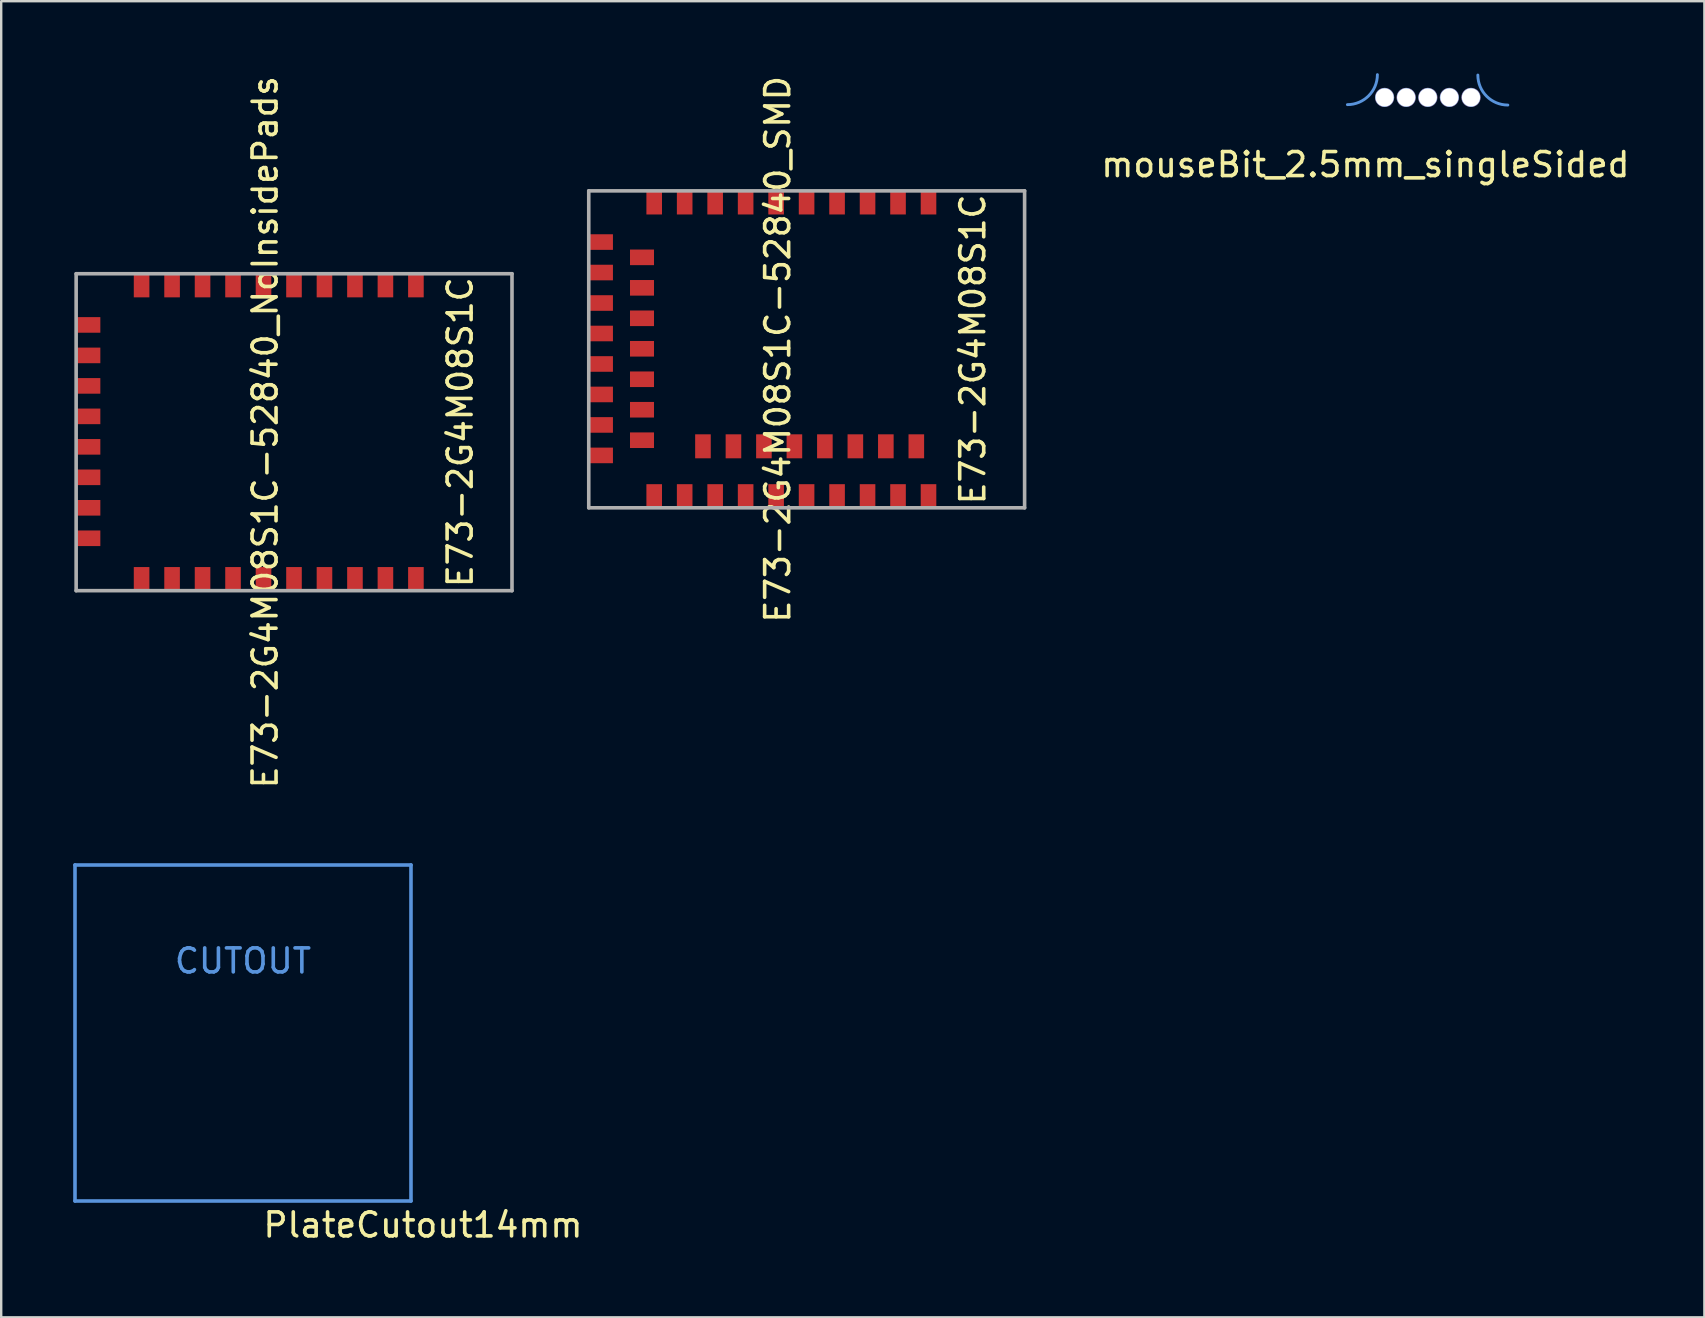
<source format=kicad_pcb>
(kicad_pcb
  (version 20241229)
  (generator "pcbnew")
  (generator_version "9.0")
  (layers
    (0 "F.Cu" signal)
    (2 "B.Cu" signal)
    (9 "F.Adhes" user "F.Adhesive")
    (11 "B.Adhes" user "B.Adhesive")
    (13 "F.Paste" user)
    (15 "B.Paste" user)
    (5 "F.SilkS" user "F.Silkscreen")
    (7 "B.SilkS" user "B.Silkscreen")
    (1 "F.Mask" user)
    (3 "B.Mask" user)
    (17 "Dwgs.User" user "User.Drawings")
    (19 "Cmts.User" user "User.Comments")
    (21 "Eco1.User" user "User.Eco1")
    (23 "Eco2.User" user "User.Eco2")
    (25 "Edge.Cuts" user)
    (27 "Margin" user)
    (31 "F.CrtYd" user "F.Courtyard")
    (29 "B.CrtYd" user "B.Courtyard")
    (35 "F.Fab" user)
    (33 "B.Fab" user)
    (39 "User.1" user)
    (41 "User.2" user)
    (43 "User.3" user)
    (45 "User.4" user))
  (footprint "E73-2G4M08S1C-52840_SMD"
    (layer "F.Cu")
    (at 21.609 11.506)
    (property "Reference" "E73-2G4M08S1C-52840_SMD" (at 7.747 -0.000467 270) (layer "F.SilkS") (effects (font (size 1 1) (thickness 0.15))))
    (fp_line (start -0.127 -6.604) (end -0.127 6.604) (stroke (width 0.15) (type solid)) (layer "F.Fab"))
    (fp_line (start -0.127 6.604) (end 18.034 6.604) (stroke (width 0.15) (type solid)) (layer "F.Fab"))
    (fp_line (start 18.034 -6.604) (end -0.127 -6.604) (stroke (width 0.15) (type solid)) (layer "F.Fab"))
    (fp_line (start 18.034 6.604) (end 18.034 -6.604) (stroke (width 0.15) (type solid)) (layer "F.Fab"))
    (fp_text user "E73-2G4M08S1C" (at 15.875 0 90) (layer "F.SilkS") (effects (font (size 1 1) (thickness 0.15))))
    (pad "1" smd rect (at 14.03 -6.119) (size 0.65 1) (layers "F.Cu" "F.Mask" "F.Paste"))
    (pad "2" smd rect (at 12.76 -6.119) (size 0.65 1) (layers "F.Cu" "F.Mask" "F.Paste"))
    (pad "3" smd rect (at 11.49 -6.119) (size 0.65 1) (layers "F.Cu" "F.Mask" "F.Paste"))
    (pad "4" smd rect (at 10.22 -6.119) (size 0.65 1) (layers "F.Cu" "F.Mask" "F.Paste"))
    (pad "5" smd rect (at 8.95 -6.119) (size 0.65 1) (layers "F.Cu" "F.Mask" "F.Paste"))
    (pad "6" smd rect (at 7.68 -6.119) (size 0.65 1) (layers "F.Cu" "F.Mask" "F.Paste"))
    (pad "7" smd rect (at 6.41 -6.119) (size 0.65 1) (layers "F.Cu" "F.Mask" "F.Paste"))
    (pad "8" smd rect (at 5.14 -6.119) (size 0.65 1) (layers "F.Cu" "F.Mask" "F.Paste"))
    (pad "9" smd rect (at 3.87 -6.119) (size 0.65 1) (layers "F.Cu" "F.Mask" "F.Paste"))
    (pad "10" smd rect (at 2.6 -6.119) (size 0.65 1) (layers "F.Cu" "F.Mask" "F.Paste"))
    (pad "11" smd rect (at 0.381 -4.47 90) (size 0.65 1) (layers "F.Cu" "F.Mask" "F.Paste"))
    (pad "12" smd rect (at 2.092 -3.833 90) (size 0.65 1) (layers "F.Cu" "F.Mask" "F.Paste"))
    (pad "13" smd rect (at 0.381 -3.2 90) (size 0.65 1) (layers "F.Cu" "F.Mask" "F.Paste"))
    (pad "14" smd rect (at 2.092 -2.563 90) (size 0.65 1) (layers "F.Cu" "F.Mask" "F.Paste"))
    (pad "15" smd rect (at 0.381 -1.93 90) (size 0.65 1) (layers "F.Cu" "F.Mask" "F.Paste"))
    (pad "16" smd rect (at 2.092 -1.293 90) (size 0.65 1) (layers "F.Cu" "F.Mask" "F.Paste"))
    (pad "17" smd rect (at 0.381 -0.66 90) (size 0.65 1) (layers "F.Cu" "F.Mask" "F.Paste"))
    (pad "18" smd rect (at 2.092 -0.023 90) (size 0.65 1) (layers "F.Cu" "F.Mask" "F.Paste"))
    (pad "19" smd rect (at 0.381 0.61 90) (size 0.65 1) (layers "F.Cu" "F.Mask" "F.Paste"))
    (pad "20" smd rect (at 2.092 1.247 90) (size 0.65 1) (layers "F.Cu" "F.Mask" "F.Paste"))
    (pad "21" smd rect (at 0.381 1.88 90) (size 0.65 1) (layers "F.Cu" "F.Mask" "F.Paste"))
    (pad "22" smd rect (at 2.092 2.517 90) (size 0.65 1) (layers "F.Cu" "F.Mask" "F.Paste"))
    (pad "23" smd rect (at 0.381 3.15 90) (size 0.65 1) (layers "F.Cu" "F.Mask" "F.Paste"))
    (pad "24" smd rect (at 2.092 3.787 90) (size 0.65 1) (layers "F.Cu" "F.Mask" "F.Paste"))
    (pad "25" smd rect (at 0.381 4.42 90) (size 0.65 1) (layers "F.Cu" "F.Mask" "F.Paste"))
    (pad "26" smd rect (at 2.6 6.119) (size 0.65 1) (layers "F.Cu" "F.Mask" "F.Paste"))
    (pad "27" smd rect (at 3.87 6.119) (size 0.65 1) (layers "F.Cu" "F.Mask" "F.Paste"))
    (pad "28" smd rect (at 4.632 4.041) (size 0.65 1) (layers "F.Cu" "F.Mask" "F.Paste"))
    (pad "29" smd rect (at 5.14 6.119) (size 0.65 1) (layers "F.Cu" "F.Mask" "F.Paste"))
    (pad "30" smd rect (at 5.902 4.041) (size 0.65 1) (layers "F.Cu" "F.Mask" "F.Paste"))
    (pad "31" smd rect (at 6.41 6.119) (size 0.65 1) (layers "F.Cu" "F.Mask" "F.Paste"))
    (pad "32" smd rect (at 7.172 4.041) (size 0.65 1) (layers "F.Cu" "F.Mask" "F.Paste"))
    (pad "33" smd rect (at 7.68 6.119) (size 0.65 1) (layers "F.Cu" "F.Mask" "F.Paste"))
    (pad "34" smd rect (at 8.442 4.041) (size 0.65 1) (layers "F.Cu" "F.Mask" "F.Paste"))
    (pad "35" smd rect (at 8.95 6.119) (size 0.65 1) (layers "F.Cu" "F.Mask" "F.Paste"))
    (pad "36" smd rect (at 9.712 4.041) (size 0.65 1) (layers "F.Cu" "F.Mask" "F.Paste"))
    (pad "37" smd rect (at 10.22 6.119) (size 0.65 1) (layers "F.Cu" "F.Mask" "F.Paste"))
    (pad "38" smd rect (at 10.982 4.041) (size 0.65 1) (layers "F.Cu" "F.Mask" "F.Paste"))
    (pad "39" smd rect (at 11.49 6.119) (size 0.65 1) (layers "F.Cu" "F.Mask" "F.Paste"))
    (pad "40" smd rect (at 12.252 4.041) (size 0.65 1) (layers "F.Cu" "F.Mask" "F.Paste"))
    (pad "41" smd rect (at 12.76 6.119) (size 0.65 1) (layers "F.Cu" "F.Mask" "F.Paste"))
    (pad "42" smd rect (at 13.522 4.041) (size 0.65 1) (layers "F.Cu" "F.Mask" "F.Paste"))
    (pad "43" smd rect (at 14.03 6.119) (size 0.65 1) (layers "F.Cu" "F.Mask" "F.Paste")))
  (footprint "E73-2G4M08S1C-52840_NoInsidePads"
    (layer "F.Cu")
    (at 0.25 14.959)
    (property "Reference" "E73-2G4M08S1C-52840_NoInsidePads" (at 7.747 -0.000467 270) (layer "F.SilkS") (effects (font (size 1 1) (thickness 0.15))))
    (attr through_hole)
    (fp_line (start -0.127 -6.604) (end -0.127 6.604) (stroke (width 0.15) (type solid)) (layer "F.Fab"))
    (fp_line (start -0.127 6.604) (end 18.034 6.604) (stroke (width 0.15) (type solid)) (layer "F.Fab"))
    (fp_line (start 18.034 -6.604) (end -0.127 -6.604) (stroke (width 0.15) (type solid)) (layer "F.Fab"))
    (fp_line (start 18.034 6.604) (end 18.034 -6.604) (stroke (width 0.15) (type solid)) (layer "F.Fab"))
    (fp_text user "E73-2G4M08S1C" (at 15.875 0 90) (layer "F.SilkS") (effects (font (size 1 1) (thickness 0.15))))
    (pad "1" smd rect (at 14.03 -6.119) (size 0.65 1) (layers "F.Cu" "F.Mask" "F.Paste"))
    (pad "2" smd rect (at 12.76 -6.119) (size 0.65 1) (layers "F.Cu" "F.Mask" "F.Paste"))
    (pad "3" smd rect (at 11.49 -6.119) (size 0.65 1) (layers "F.Cu" "F.Mask" "F.Paste"))
    (pad "4" smd rect (at 10.22 -6.119) (size 0.65 1) (layers "F.Cu" "F.Mask" "F.Paste"))
    (pad "5" smd rect (at 8.95 -6.119) (size 0.65 1) (layers "F.Cu" "F.Mask" "F.Paste"))
    (pad "6" smd rect (at 7.68 -6.119) (size 0.65 1) (layers "F.Cu" "F.Mask" "F.Paste"))
    (pad "7" smd rect (at 6.41 -6.119) (size 0.65 1) (layers "F.Cu" "F.Mask" "F.Paste"))
    (pad "8" smd rect (at 5.14 -6.119) (size 0.65 1) (layers "F.Cu" "F.Mask" "F.Paste"))
    (pad "9" smd rect (at 3.87 -6.119) (size 0.65 1) (layers "F.Cu" "F.Mask" "F.Paste"))
    (pad "10" smd rect (at 2.6 -6.119) (size 0.65 1) (layers "F.Cu" "F.Mask" "F.Paste"))
    (pad "11" smd rect (at 0.381 -4.47 90) (size 0.65 1) (layers "F.Cu" "F.Mask" "F.Paste"))
    (pad "13" smd rect (at 0.381 -3.2 90) (size 0.65 1) (layers "F.Cu" "F.Mask" "F.Paste"))
    (pad "15" smd rect (at 0.381 -1.93 90) (size 0.65 1) (layers "F.Cu" "F.Mask" "F.Paste"))
    (pad "17" smd rect (at 0.381 -0.66 90) (size 0.65 1) (layers "F.Cu" "F.Mask" "F.Paste"))
    (pad "19" smd rect (at 0.381 0.61 90) (size 0.65 1) (layers "F.Cu" "F.Mask" "F.Paste"))
    (pad "21" smd rect (at 0.381 1.88 90) (size 0.65 1) (layers "F.Cu" "F.Mask" "F.Paste"))
    (pad "23" smd rect (at 0.381 3.15 90) (size 0.65 1) (layers "F.Cu" "F.Mask" "F.Paste"))
    (pad "25" smd rect (at 0.381 4.42 90) (size 0.65 1) (layers "F.Cu" "F.Mask" "F.Paste"))
    (pad "26" smd rect (at 2.6 6.119) (size 0.65 1) (layers "F.Cu" "F.Mask" "F.Paste"))
    (pad "27" smd rect (at 3.87 6.119) (size 0.65 1) (layers "F.Cu" "F.Mask" "F.Paste"))
    (pad "29" smd rect (at 5.14 6.119) (size 0.65 1) (layers "F.Cu" "F.Mask" "F.Paste"))
    (pad "31" smd rect (at 6.41 6.119) (size 0.65 1) (layers "F.Cu" "F.Mask" "F.Paste"))
    (pad "33" smd rect (at 7.68 6.119) (size 0.65 1) (layers "F.Cu" "F.Mask" "F.Paste"))
    (pad "35" smd rect (at 8.95 6.119) (size 0.65 1) (layers "F.Cu" "F.Mask" "F.Paste"))
    (pad "37" smd rect (at 10.22 6.119) (size 0.65 1) (layers "F.Cu" "F.Mask" "F.Paste"))
    (pad "39" smd rect (at 11.49 6.119) (size 0.65 1) (layers "F.Cu" "F.Mask" "F.Paste"))
    (pad "41" smd rect (at 12.76 6.119) (size 0.65 1) (layers "F.Cu" "F.Mask" "F.Paste"))
    (pad "43" smd rect (at 14.03 6.119) (size 0.65 1) (layers "F.Cu" "F.Mask" "F.Paste")))
  (footprint "PlateCutout14mm"
    (layer "F.Cu")
    (at 7.075 39.992)
    (property "Reference" "PlateCutout14mm" (at 7.5 8 0) (layer "F.SilkS") (effects (font (size 1 1) (thickness 0.15))))
    (fp_line (start -7 -7) (end 7 -7) (stroke (width 0.15) (type solid)) (layer "Cmts.User"))
    (fp_line (start -7 7) (end -7 -7) (stroke (width 0.15) (type solid)) (layer "Cmts.User"))
    (fp_line (start 7 -7) (end 7 7) (stroke (width 0.15) (type solid)) (layer "Cmts.User"))
    (fp_line (start 7 7) (end -7 7) (stroke (width 0.15) (type solid)) (layer "Cmts.User"))
    (fp_text user "CUTOUT" (at 0 -3 0) (unlocked yes) (layer "Cmts.User") (effects (font (size 1 1) (thickness 0.15)))))
  (footprint "mouseBit_2.5mm_singleSided"
    (layer "F.Cu")
    (at 54.343 1.31)
    (property "Reference" "mouseBit_2.5mm_singleSided" (at -0.5 2.5 0) (unlocked yes) (layer "F.SilkS") (effects (font (size 1 1) (thickness 0.15))))
    (attr board_only exclude_from_pos_files exclude_from_bom)
    (fp_arc (start 0 -1.25) (mid -0.366117 -0.366117) (end -1.25 0) (stroke (width 0.12) (type solid)) (layer "Cmts.User"))
    (fp_arc (start 5.435921 0.017236) (mid 4.552038 -0.348881) (end 4.185921 -1.232764) (stroke (width 0.12) (type solid)) (layer "Cmts.User"))
    (pad "" np_thru_hole circle (at 0.3 -0.3) (size 0.8 0.8) (drill 0.762) (layers "*.Cu" "*.Mask"))
    (pad "" np_thru_hole circle (at 1.2 -0.3) (size 0.8 0.8) (drill 0.762) (layers "*.Cu" "*.Mask"))
    (pad "" np_thru_hole circle (at 2.1 -0.3) (size 0.8 0.8) (drill 0.762) (layers "*.Cu" "*.Mask"))
    (pad "" np_thru_hole circle (at 3 -0.3) (size 0.8 0.8) (drill 0.762) (layers "*.Cu" "*.Mask"))
    (pad "" np_thru_hole circle (at 3.9 -0.3) (size 0.8 0.8) (drill 0.762) (layers "*.Cu" "*.Mask")))
  (gr_rect
    (start -3 -3)
    (end 67.968 51.84)
    (stroke (width 0.1) (type default))
    (fill no)
    (layer "Edge.Cuts")))
</source>
